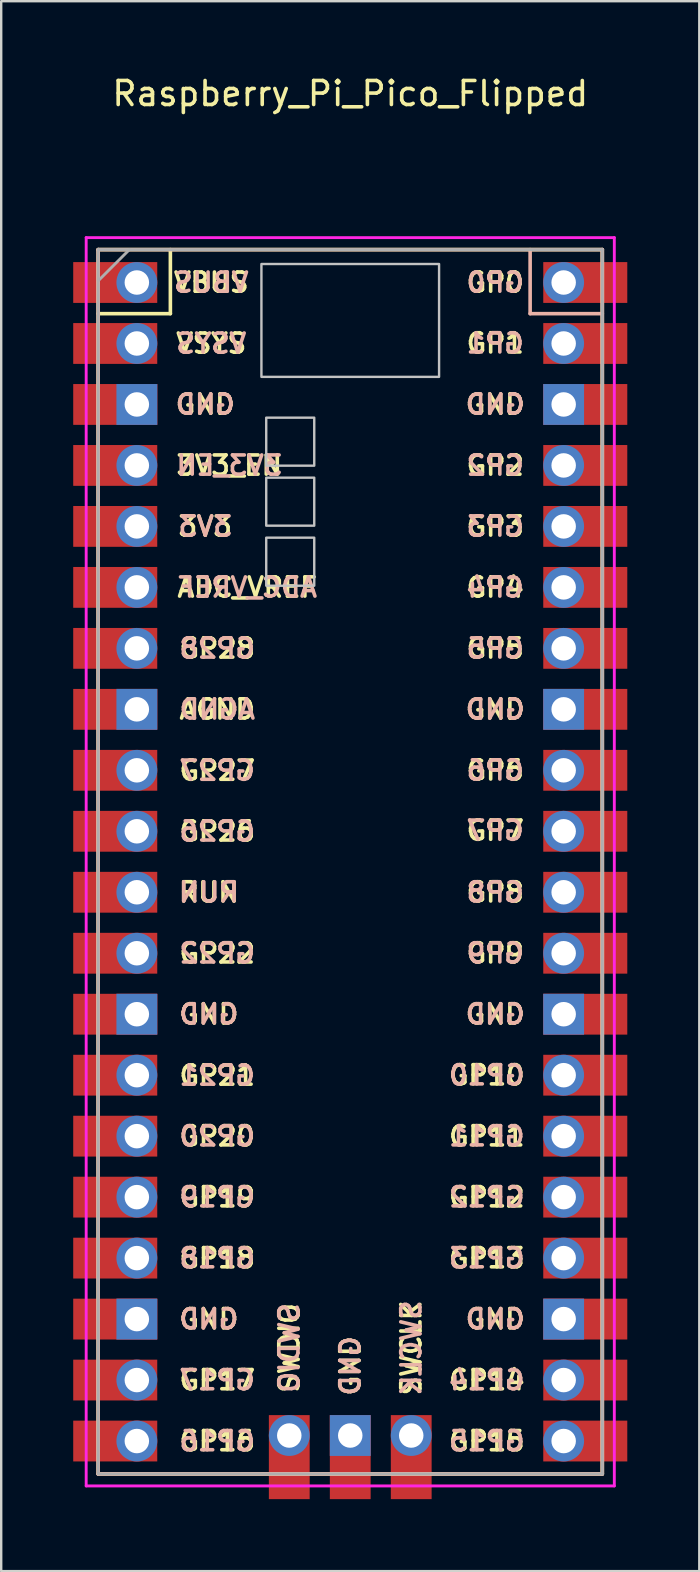
<source format=kicad_pcb>
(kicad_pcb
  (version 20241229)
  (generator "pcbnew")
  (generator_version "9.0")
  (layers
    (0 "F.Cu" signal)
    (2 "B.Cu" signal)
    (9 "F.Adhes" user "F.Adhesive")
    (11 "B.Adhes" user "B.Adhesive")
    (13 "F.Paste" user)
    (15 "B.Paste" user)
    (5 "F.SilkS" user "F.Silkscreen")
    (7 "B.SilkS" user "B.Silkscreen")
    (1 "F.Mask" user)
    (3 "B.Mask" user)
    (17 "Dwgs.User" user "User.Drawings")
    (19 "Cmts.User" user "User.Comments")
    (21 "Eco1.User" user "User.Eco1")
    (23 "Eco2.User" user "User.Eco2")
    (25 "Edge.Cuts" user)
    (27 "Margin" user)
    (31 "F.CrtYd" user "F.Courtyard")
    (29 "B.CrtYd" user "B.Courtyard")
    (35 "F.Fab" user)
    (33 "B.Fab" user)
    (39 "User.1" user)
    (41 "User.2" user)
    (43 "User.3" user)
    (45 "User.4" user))
  (footprint "Raspberry_Pi_Pico_Flipped"
    (layer "F.Cu")
    (at 11.54 32.848)
    (property "Reference" "Raspberry_Pi_Pico_Flipped" (at 0 -32 0) (layer "F.SilkS") (effects (font (size 1 1) (thickness 0.15))))
    (attr through_hole)
    (fp_line (start -10.5 -25.5) (end -10.5 25.5) (stroke (width 0.15) (type solid)) (layer "F.SilkS"))
    (fp_line (start -10.5 -25.5) (end 10.5 -25.5) (stroke (width 0.15) (type solid)) (layer "F.SilkS"))
    (fp_line (start -10.5 -22.833) (end -7.493 -22.833) (stroke (width 0.15) (type solid)) (layer "F.SilkS"))
    (fp_line (start -7.493 -22.833) (end -7.493 -25.5) (stroke (width 0.15) (type solid)) (layer "F.SilkS"))
    (fp_line (start 10.5 -25.5) (end 10.5 25.5) (stroke (width 0.15) (type solid)) (layer "F.SilkS"))
    (fp_line (start 10.5 25.5) (end -10.5 25.5) (stroke (width 0.15) (type solid)) (layer "F.SilkS"))
    (fp_line (start -10.5 -25.5) (end -10.5 25.5) (stroke (width 0.15) (type solid)) (layer "B.SilkS"))
    (fp_line (start -10.5 25.5) (end 10.5 25.5) (stroke (width 0.15) (type solid)) (layer "B.SilkS"))
    (fp_line (start 7.493 -22.833) (end 7.493 -25.5) (stroke (width 0.15) (type solid)) (layer "B.SilkS"))
    (fp_line (start 10.5 -25.5) (end -10.5 -25.5) (stroke (width 0.15) (type solid)) (layer "B.SilkS"))
    (fp_line (start 10.5 -25.5) (end 10.5 25.5) (stroke (width 0.15) (type solid)) (layer "B.SilkS"))
    (fp_line (start 10.5 -22.833) (end 7.493 -22.833) (stroke (width 0.15) (type solid)) (layer "B.SilkS"))
    (fp_poly (pts (xy -1.5 -16.5) (xy -3.5 -16.5) (xy -3.5 -18.5) (xy -1.5 -18.5)) (stroke (width 0.1) (type solid)) (fill no) (layer "Dwgs.User"))
    (fp_poly (pts (xy -1.5 -14) (xy -3.5 -14) (xy -3.5 -16) (xy -1.5 -16)) (stroke (width 0.1) (type solid)) (fill no) (layer "Dwgs.User"))
    (fp_poly (pts (xy -1.5 -11.5) (xy -3.5 -11.5) (xy -3.5 -13.5) (xy -1.5 -13.5)) (stroke (width 0.1) (type solid)) (fill no) (layer "Dwgs.User"))
    (fp_poly (pts (xy 3.7 -20.2) (xy -3.7 -20.2) (xy -3.7 -24.9) (xy 3.7 -24.9)) (stroke (width 0.1) (type solid)) (fill no) (layer "Dwgs.User"))
    (fp_line (start -11 -26) (end 11 -26) (stroke (width 0.12) (type solid)) (layer "F.CrtYd"))
    (fp_line (start -11 26) (end -11 -26) (stroke (width 0.12) (type solid)) (layer "F.CrtYd"))
    (fp_line (start 11 -26) (end 11 26) (stroke (width 0.12) (type solid)) (layer "F.CrtYd"))
    (fp_line (start 11 26) (end -11 26) (stroke (width 0.12) (type solid)) (layer "F.CrtYd"))
    (fp_line (start -10.5 -25.5) (end 10.5 -25.5) (stroke (width 0.12) (type solid)) (layer "F.Fab"))
    (fp_line (start -10.5 -24.2) (end -9.2 -25.5) (stroke (width 0.12) (type solid)) (layer "F.Fab"))
    (fp_line (start -10.5 25.5) (end -10.5 -25.5) (stroke (width 0.12) (type solid)) (layer "F.Fab"))
    (fp_line (start 10.5 -25.5) (end 10.5 25.5) (stroke (width 0.12) (type solid)) (layer "F.Fab"))
    (fp_line (start 10.5 25.5) (end -10.5 25.5) (stroke (width 0.12) (type solid)) (layer "F.Fab"))
    (fp_text user "GP27" (at -5.54 -3.8 0) (layer "F.SilkS") (effects (font (size 0.8 0.8) (thickness 0.15))))
    (fp_text user "AGND" (at -5.54 -6.35 0) (layer "F.SilkS") (effects (font (size 0.8 0.8) (thickness 0.15))))
    (fp_text user "GP5" (at 6.04 -8.89 0) (layer "F.SilkS") (effects (font (size 0.8 0.8) (thickness 0.15))))
    (fp_text user "GP1" (at 6.04 -21.6 0) (layer "F.SilkS") (effects (font (size 0.8 0.8) (thickness 0.15))))
    (fp_text user "GND" (at 6.04 -19.05 0) (layer "F.SilkS") (effects (font (size 0.8 0.8) (thickness 0.15))))
    (fp_text user "GP19" (at -5.54 13.97 0) (layer "F.SilkS") (effects (font (size 0.8 0.8) (thickness 0.15))))
    (fp_text user "GP2" (at 6.04 -16.51 0) (layer "F.SilkS") (effects (font (size 0.8 0.8) (thickness 0.15))))
    (fp_text user "SWDIO" (at -2.54 20.25 90) (layer "F.SilkS") (effects (font (size 0.8 0.8) (thickness 0.15))))
    (fp_text user "GP26" (at -5.54 -1.27 0) (layer "F.SilkS") (effects (font (size 0.8 0.8) (thickness 0.15))))
    (fp_text user "GP4" (at 6.04 -11.43 0) (layer "F.SilkS") (effects (font (size 0.8 0.8) (thickness 0.15))))
    (fp_text user "GP7" (at 6.04 -1.3 0) (layer "F.SilkS") (effects (font (size 0.8 0.8) (thickness 0.15))))
    (fp_text user "GP28" (at -5.54 -8.89 0) (layer "F.SilkS") (effects (font (size 0.8 0.8) (thickness 0.15))))
    (fp_text user "GP16" (at -5.54 24.13 0) (layer "F.SilkS") (effects (font (size 0.8 0.8) (thickness 0.15))))
    (fp_text user "GP12" (at 5.69 13.97 0) (layer "F.SilkS") (effects (font (size 0.8 0.8) (thickness 0.15))))
    (fp_text user "ADC_VREF" (at -4.29 -11.43 0) (layer "F.SilkS") (effects (font (size 0.8 0.8) (thickness 0.15))))
    (fp_text user "SWCLK" (at 2.54 20.25 90) (layer "F.SilkS") (effects (font (size 0.8 0.8) (thickness 0.15))))
    (fp_text user "GND" (at 0 21 90) (layer "F.SilkS") (effects (font (size 0.8 0.8) (thickness 0.15))))
    (fp_text user "GND" (at 6.04 -6.35 0) (layer "F.SilkS") (effects (font (size 0.8 0.8) (thickness 0.15))))
    (fp_text user "3V3_EN" (at -5.04 -16.51 0) (layer "F.SilkS") (effects (font (size 0.8 0.8) (thickness 0.15))))
    (fp_text user "3V3" (at -6.04 -13.97 0) (layer "F.SilkS") (effects (font (size 0.8 0.8) (thickness 0.15))))
    (fp_text user "GND" (at -6.04 -19.05 0) (layer "F.SilkS") (effects (font (size 0.8 0.8) (thickness 0.15))))
    (fp_text user "GP18" (at -5.54 16.51 0) (layer "F.SilkS") (effects (font (size 0.8 0.8) (thickness 0.15))))
    (fp_text user "GP0" (at 6.04 -24.13 0) (layer "F.SilkS") (effects (font (size 0.8 0.8) (thickness 0.15))))
    (fp_text user "GP6" (at 6.04 -3.81 0) (layer "F.SilkS") (effects (font (size 0.8 0.8) (thickness 0.15))))
    (fp_text user "GP10" (at 5.69 8.89 0) (layer "F.SilkS") (effects (font (size 0.8 0.8) (thickness 0.15))))
    (fp_text user "GND" (at 6.04 19.05 0) (layer "F.SilkS") (effects (font (size 0.8 0.8) (thickness 0.15))))
    (fp_text user "VSYS" (at -5.79 -21.59 0) (layer "F.SilkS") (effects (font (size 0.8 0.8) (thickness 0.15))))
    (fp_text user "GP11" (at 5.69 11.43 0) (layer "F.SilkS") (effects (font (size 0.8 0.8) (thickness 0.15))))
    (fp_text user "GP3" (at 6.04 -13.97 0) (layer "F.SilkS") (effects (font (size 0.8 0.8) (thickness 0.15))))
    (fp_text user "GND" (at 6.04 6.35 0) (layer "F.SilkS") (effects (font (size 0.8 0.8) (thickness 0.15))))
    (fp_text user "GP9" (at 6.04 3.81 0) (layer "F.SilkS") (effects (font (size 0.8 0.8) (thickness 0.15))))
    (fp_text user "GND" (at -5.89 6.35 0) (layer "F.SilkS") (effects (font (size 0.8 0.8) (thickness 0.15))))
    (fp_text user "GP22" (at -5.54 3.81 0) (layer "F.SilkS") (effects (font (size 0.8 0.8) (thickness 0.15))))
    (fp_text user "GND" (at -5.89 19.05 0) (layer "F.SilkS") (effects (font (size 0.8 0.8) (thickness 0.15))))
    (fp_text user "GP14" (at 5.69 21.59 0) (layer "F.SilkS") (effects (font (size 0.8 0.8) (thickness 0.15))))
    (fp_text user "GP15" (at 5.69 24.13 0) (layer "F.SilkS") (effects (font (size 0.8 0.8) (thickness 0.15))))
    (fp_text user "GP17" (at -5.54 21.59 0) (layer "F.SilkS") (effects (font (size 0.8 0.8) (thickness 0.15))))
    (fp_text user "GP8" (at 6.04 1.27 0) (layer "F.SilkS") (effects (font (size 0.8 0.8) (thickness 0.15))))
    (fp_text user "RUN" (at -5.89 1.27 0) (layer "F.SilkS") (effects (font (size 0.8 0.8) (thickness 0.15))))
    (fp_text user "GP21" (at -5.54 8.9 0) (layer "F.SilkS") (effects (font (size 0.8 0.8) (thickness 0.15))))
    (fp_text user "GP13" (at 5.69 16.51 0) (layer "F.SilkS") (effects (font (size 0.8 0.8) (thickness 0.15))))
    (fp_text user "VBUS" (at -5.79 -24.13 0) (layer "F.SilkS") (effects (font (size 0.8 0.8) (thickness 0.15))))
    (fp_text user "GP20" (at -5.54 11.43 0) (layer "F.SilkS") (effects (font (size 0.8 0.8) (thickness 0.15))))
    (fp_text user "GP16" (at -5.54 24.13 0) (layer "B.SilkS") (effects (font (size 0.8 0.8) (thickness 0.15)) (justify mirror)))
    (fp_text user "ADC_VREF" (at -4.29 -11.43 0) (layer "B.SilkS") (effects (font (size 0.8 0.8) (thickness 0.15)) (justify mirror)))
    (fp_text user "GP26" (at -5.54 -1.27 0) (layer "B.SilkS") (effects (font (size 0.8 0.8) (thickness 0.15)) (justify mirror)))
    (fp_text user "GP5" (at 6.04 -8.89 0) (layer "B.SilkS") (effects (font (size 0.8 0.8) (thickness 0.15)) (justify mirror)))
    (fp_text user "GP17" (at -5.54 21.59 0) (layer "B.SilkS") (effects (font (size 0.8 0.8) (thickness 0.15)) (justify mirror)))
    (fp_text user "GND" (at 6.04 -19.05 0) (layer "B.SilkS") (effects (font (size 0.8 0.8) (thickness 0.15)) (justify mirror)))
    (fp_text user "GP27" (at -5.54 -3.8 0) (layer "B.SilkS") (effects (font (size 0.8 0.8) (thickness 0.15)) (justify mirror)))
    (fp_text user "GND" (at 6.04 -6.35 0) (layer "B.SilkS") (effects (font (size 0.8 0.8) (thickness 0.15)) (justify mirror)))
    (fp_text user "GP18" (at -5.54 16.51 0) (layer "B.SilkS") (effects (font (size 0.8 0.8) (thickness 0.15)) (justify mirror)))
    (fp_text user "3V3" (at -6.04 -13.97 0) (layer "B.SilkS") (effects (font (size 0.8 0.8) (thickness 0.15)) (justify mirror)))
    (fp_text user "GND" (at -5.89 6.35 0) (layer "B.SilkS") (effects (font (size 0.8 0.8) (thickness 0.15)) (justify mirror)))
    (fp_text user "VSYS" (at -5.79 -21.59 0) (layer "B.SilkS") (effects (font (size 0.8 0.8) (thickness 0.15)) (justify mirror)))
    (fp_text user "GP3" (at 6.04 -13.97 0) (layer "B.SilkS") (effects (font (size 0.8 0.8) (thickness 0.15)) (justify mirror)))
    (fp_text user "GND" (at -5.89 19.05 0) (layer "B.SilkS") (effects (font (size 0.8 0.8) (thickness 0.15)) (justify mirror)))
    (fp_text user "GP9" (at 6.04 3.81 0) (layer "B.SilkS") (effects (font (size 0.8 0.8) (thickness 0.15)) (justify mirror)))
    (fp_text user "GP6" (at 6.04 -3.81 0) (layer "B.SilkS") (effects (font (size 0.8 0.8) (thickness 0.15)) (justify mirror)))
    (fp_text user "GND" (at 6.04 19.05 0) (layer "B.SilkS") (effects (font (size 0.8 0.8) (thickness 0.15)) (justify mirror)))
    (fp_text user "GP19" (at -5.54 13.97 0) (layer "B.SilkS") (effects (font (size 0.8 0.8) (thickness 0.15)) (justify mirror)))
    (fp_text user "GND" (at 0 21 270) (layer "B.SilkS") (effects (font (size 0.8 0.8) (thickness 0.15)) (justify mirror)))
    (fp_text user "GP11" (at 5.69 11.43 0) (layer "B.SilkS") (effects (font (size 0.8 0.8) (thickness 0.15)) (justify mirror)))
    (fp_text user "GP10" (at 5.69 8.89 0) (layer "B.SilkS") (effects (font (size 0.8 0.8) (thickness 0.15)) (justify mirror)))
    (fp_text user "GP2" (at 6.04 -16.51 0) (layer "B.SilkS") (effects (font (size 0.8 0.8) (thickness 0.15)) (justify mirror)))
    (fp_text user "GND" (at 6.04 6.35 0) (layer "B.SilkS") (effects (font (size 0.8 0.8) (thickness 0.15)) (justify mirror)))
    (fp_text user "GP1" (at 6.04 -21.6 0) (layer "B.SilkS") (effects (font (size 0.8 0.8) (thickness 0.15)) (justify mirror)))
    (fp_text user "RUN" (at -5.89 1.27 0) (layer "B.SilkS") (effects (font (size 0.8 0.8) (thickness 0.15)) (justify mirror)))
    (fp_text user "SWDIO" (at -2.54 20.25 270) (layer "B.SilkS") (effects (font (size 0.8 0.8) (thickness 0.15)) (justify mirror)))
    (fp_text user "GND" (at -6.04 -19.05 0) (layer "B.SilkS") (effects (font (size 0.8 0.8) (thickness 0.15)) (justify mirror)))
    (fp_text user "GP28" (at -5.54 -8.89 0) (layer "B.SilkS") (effects (font (size 0.8 0.8) (thickness 0.15)) (justify mirror)))
    (fp_text user "GP0" (at 6.04 -24.13 0) (layer "B.SilkS") (effects (font (size 0.8 0.8) (thickness 0.15)) (justify mirror)))
    (fp_text user "GP13" (at 5.69 16.51 0) (layer "B.SilkS") (effects (font (size 0.8 0.8) (thickness 0.15)) (justify mirror)))
    (fp_text user "GP22" (at -5.54 3.81 0) (layer "B.SilkS") (effects (font (size 0.8 0.8) (thickness 0.15)) (justify mirror)))
    (fp_text user "GP8" (at 6.04 1.27 0) (layer "B.SilkS") (effects (font (size 0.8 0.8) (thickness 0.15)) (justify mirror)))
    (fp_text user "GP4" (at 6.04 -11.43 0) (layer "B.SilkS") (effects (font (size 0.8 0.8) (thickness 0.15)) (justify mirror)))
    (fp_text user "GP7" (at 6.04 -1.3 0) (layer "B.SilkS") (effects (font (size 0.8 0.8) (thickness 0.15)) (justify mirror)))
    (fp_text user "GP15" (at 5.69 24.13 0) (layer "B.SilkS") (effects (font (size 0.8 0.8) (thickness 0.15)) (justify mirror)))
    (fp_text user "SWCLK" (at 2.54 20.25 270) (layer "B.SilkS") (effects (font (size 0.8 0.8) (thickness 0.15)) (justify mirror)))
    (fp_text user "GP20" (at -5.54 11.43 0) (layer "B.SilkS") (effects (font (size 0.8 0.8) (thickness 0.15)) (justify mirror)))
    (fp_text user "GP21" (at -5.54 8.9 0) (layer "B.SilkS") (effects (font (size 0.8 0.8) (thickness 0.15)) (justify mirror)))
    (fp_text user "GP14" (at 5.69 21.59 0) (layer "B.SilkS") (effects (font (size 0.8 0.8) (thickness 0.15)) (justify mirror)))
    (fp_text user "GP12" (at 5.69 13.97 0) (layer "B.SilkS") (effects (font (size 0.8 0.8) (thickness 0.15)) (justify mirror)))
    (fp_text user "3V3_EN" (at -5.04 -16.51 0) (layer "B.SilkS") (effects (font (size 0.8 0.8) (thickness 0.15)) (justify mirror)))
    (fp_text user "VBUS" (at -5.79 -24.13 0) (layer "B.SilkS") (effects (font (size 0.8 0.8) (thickness 0.15)) (justify mirror)))
    (fp_text user "AGND" (at -5.54 -6.35 0) (layer "B.SilkS") (effects (font (size 0.8 0.8) (thickness 0.15)) (justify mirror)))
    (pad "1" smd rect (at -8.89 -24.13) (size 3.5 1.7) (drill (offset -0.9 0)) (layers "F.Cu" "F.Mask"))
    (pad "1" thru_hole oval (at 8.89 -24.13) (size 1.7 1.7) (drill 1.02) (layers "*.Cu" "*.Mask"))
    (pad "2" smd rect (at -8.89 -21.59) (size 3.5 1.7) (drill (offset -0.9 0)) (layers "F.Cu" "F.Mask"))
    (pad "2" thru_hole oval (at 8.89 -21.59) (size 1.7 1.7) (drill 1.02) (layers "*.Cu" "*.Mask"))
    (pad "3" smd rect (at -8.89 -19.05) (size 3.5 1.7) (drill (offset -0.9 0)) (layers "F.Cu" "F.Mask"))
    (pad "3" thru_hole rect (at 8.89 -19.05) (size 1.7 1.7) (drill 1.02) (layers "*.Cu" "*.Mask"))
    (pad "4" smd rect (at -8.89 -16.51) (size 3.5 1.7) (drill (offset -0.9 0)) (layers "F.Cu" "F.Mask"))
    (pad "4" thru_hole oval (at 8.89 -16.51) (size 1.7 1.7) (drill 1.02) (layers "*.Cu" "*.Mask"))
    (pad "5" smd rect (at -8.89 -13.97) (size 3.5 1.7) (drill (offset -0.9 0)) (layers "F.Cu" "F.Mask"))
    (pad "5" thru_hole oval (at 8.89 -13.97) (size 1.7 1.7) (drill 1.02) (layers "*.Cu" "*.Mask"))
    (pad "6" smd rect (at -8.89 -11.43) (size 3.5 1.7) (drill (offset -0.9 0)) (layers "F.Cu" "F.Mask"))
    (pad "6" thru_hole oval (at 8.89 -11.43) (size 1.7 1.7) (drill 1.02) (layers "*.Cu" "*.Mask"))
    (pad "7" smd rect (at -8.89 -8.89) (size 3.5 1.7) (drill (offset -0.9 0)) (layers "F.Cu" "F.Mask"))
    (pad "7" thru_hole oval (at 8.89 -8.89) (size 1.7 1.7) (drill 1.02) (layers "*.Cu" "*.Mask"))
    (pad "8" smd rect (at -8.89 -6.35) (size 3.5 1.7) (drill (offset -0.9 0)) (layers "F.Cu" "F.Mask"))
    (pad "8" thru_hole rect (at 8.89 -6.35) (size 1.7 1.7) (drill 1.02) (layers "*.Cu" "*.Mask"))
    (pad "9" smd rect (at -8.89 -3.81) (size 3.5 1.7) (drill (offset -0.9 0)) (layers "F.Cu" "F.Mask"))
    (pad "9" thru_hole oval (at 8.89 -3.81) (size 1.7 1.7) (drill 1.02) (layers "*.Cu" "*.Mask"))
    (pad "10" smd rect (at -8.89 -1.27) (size 3.5 1.7) (drill (offset -0.9 0)) (layers "F.Cu" "F.Mask"))
    (pad "10" thru_hole oval (at 8.89 -1.27) (size 1.7 1.7) (drill 1.02) (layers "*.Cu" "*.Mask"))
    (pad "11" smd rect (at -8.89 1.27) (size 3.5 1.7) (drill (offset -0.9 0)) (layers "F.Cu" "F.Mask"))
    (pad "11" thru_hole oval (at 8.89 1.27) (size 1.7 1.7) (drill 1.02) (layers "*.Cu" "*.Mask"))
    (pad "12" smd rect (at -8.89 3.81) (size 3.5 1.7) (drill (offset -0.9 0)) (layers "F.Cu" "F.Mask"))
    (pad "12" thru_hole oval (at 8.89 3.81) (size 1.7 1.7) (drill 1.02) (layers "*.Cu" "*.Mask"))
    (pad "13" smd rect (at -8.89 6.35) (size 3.5 1.7) (drill (offset -0.9 0)) (layers "F.Cu" "F.Mask"))
    (pad "13" thru_hole rect (at 8.89 6.35) (size 1.7 1.7) (drill 1.02) (layers "*.Cu" "*.Mask"))
    (pad "14" smd rect (at -8.89 8.89) (size 3.5 1.7) (drill (offset -0.9 0)) (layers "F.Cu" "F.Mask"))
    (pad "14" thru_hole oval (at 8.89 8.89) (size 1.7 1.7) (drill 1.02) (layers "*.Cu" "*.Mask"))
    (pad "15" smd rect (at -8.89 11.43) (size 3.5 1.7) (drill (offset -0.9 0)) (layers "F.Cu" "F.Mask"))
    (pad "15" thru_hole oval (at 8.89 11.43) (size 1.7 1.7) (drill 1.02) (layers "*.Cu" "*.Mask"))
    (pad "16" smd rect (at -8.89 13.97) (size 3.5 1.7) (drill (offset -0.9 0)) (layers "F.Cu" "F.Mask"))
    (pad "16" thru_hole oval (at 8.89 13.97) (size 1.7 1.7) (drill 1.02) (layers "*.Cu" "*.Mask"))
    (pad "17" smd rect (at -8.89 16.51) (size 3.5 1.7) (drill (offset -0.9 0)) (layers "F.Cu" "F.Mask"))
    (pad "17" thru_hole oval (at 8.89 16.51) (size 1.7 1.7) (drill 1.02) (layers "*.Cu" "*.Mask"))
    (pad "18" smd rect (at -8.89 19.05) (size 3.5 1.7) (drill (offset -0.9 0)) (layers "F.Cu" "F.Mask"))
    (pad "18" thru_hole rect (at 8.89 19.05) (size 1.7 1.7) (drill 1.02) (layers "*.Cu" "*.Mask"))
    (pad "19" smd rect (at -8.89 21.59) (size 3.5 1.7) (drill (offset -0.9 0)) (layers "F.Cu" "F.Mask"))
    (pad "19" thru_hole oval (at 8.89 21.59) (size 1.7 1.7) (drill 1.02) (layers "*.Cu" "*.Mask"))
    (pad "20" smd rect (at -8.89 24.13) (size 3.5 1.7) (drill (offset -0.9 0)) (layers "F.Cu" "F.Mask"))
    (pad "20" thru_hole oval (at 8.89 24.13) (size 1.7 1.7) (drill 1.02) (layers "*.Cu" "*.Mask"))
    (pad "21" thru_hole oval (at -8.89 24.13) (size 1.7 1.7) (drill 1.02) (layers "*.Cu" "*.Mask"))
    (pad "21" smd rect (at 8.89 24.13) (size 3.5 1.7) (drill (offset 0.9 0)) (layers "F.Cu" "F.Mask"))
    (pad "22" thru_hole oval (at -8.89 21.59) (size 1.7 1.7) (drill 1.02) (layers "*.Cu" "*.Mask"))
    (pad "22" smd rect (at 8.89 21.59) (size 3.5 1.7) (drill (offset 0.9 0)) (layers "F.Cu" "F.Mask"))
    (pad "23" thru_hole rect (at -8.89 19.05) (size 1.7 1.7) (drill 1.02) (layers "*.Cu" "*.Mask"))
    (pad "23" smd rect (at 8.89 19.05) (size 3.5 1.7) (drill (offset 0.9 0)) (layers "F.Cu" "F.Mask"))
    (pad "24" thru_hole oval (at -8.89 16.51) (size 1.7 1.7) (drill 1.02) (layers "*.Cu" "*.Mask"))
    (pad "24" smd rect (at 8.89 16.51) (size 3.5 1.7) (drill (offset 0.9 0)) (layers "F.Cu" "F.Mask"))
    (pad "25" thru_hole oval (at -8.89 13.97) (size 1.7 1.7) (drill 1.02) (layers "*.Cu" "*.Mask"))
    (pad "25" smd rect (at 8.89 13.97) (size 3.5 1.7) (drill (offset 0.9 0)) (layers "F.Cu" "F.Mask"))
    (pad "26" thru_hole oval (at -8.89 11.43) (size 1.7 1.7) (drill 1.02) (layers "*.Cu" "*.Mask"))
    (pad "26" smd rect (at 8.89 11.43) (size 3.5 1.7) (drill (offset 0.9 0)) (layers "F.Cu" "F.Mask"))
    (pad "27" thru_hole oval (at -8.89 8.89) (size 1.7 1.7) (drill 1.02) (layers "*.Cu" "*.Mask"))
    (pad "27" smd rect (at 8.89 8.89) (size 3.5 1.7) (drill (offset 0.9 0)) (layers "F.Cu" "F.Mask"))
    (pad "28" thru_hole rect (at -8.89 6.35) (size 1.7 1.7) (drill 1.02) (layers "*.Cu" "*.Mask"))
    (pad "28" smd rect (at 8.89 6.35) (size 3.5 1.7) (drill (offset 0.9 0)) (layers "F.Cu" "F.Mask"))
    (pad "29" thru_hole oval (at -8.89 3.81) (size 1.7 1.7) (drill 1.02) (layers "*.Cu" "*.Mask"))
    (pad "29" smd rect (at 8.89 3.81) (size 3.5 1.7) (drill (offset 0.9 0)) (layers "F.Cu" "F.Mask"))
    (pad "30" thru_hole oval (at -8.89 1.27) (size 1.7 1.7) (drill 1.02) (layers "*.Cu" "*.Mask"))
    (pad "30" smd rect (at 8.89 1.27) (size 3.5 1.7) (drill (offset 0.9 0)) (layers "F.Cu" "F.Mask"))
    (pad "31" thru_hole oval (at -8.89 -1.27) (size 1.7 1.7) (drill 1.02) (layers "*.Cu" "*.Mask"))
    (pad "31" smd rect (at 8.89 -1.27) (size 3.5 1.7) (drill (offset 0.9 0)) (layers "F.Cu" "F.Mask"))
    (pad "32" thru_hole oval (at -8.89 -3.81) (size 1.7 1.7) (drill 1.02) (layers "*.Cu" "*.Mask"))
    (pad "32" smd rect (at 8.89 -3.81) (size 3.5 1.7) (drill (offset 0.9 0)) (layers "F.Cu" "F.Mask"))
    (pad "33" thru_hole rect (at -8.89 -6.35) (size 1.7 1.7) (drill 1.02) (layers "*.Cu" "*.Mask"))
    (pad "33" smd rect (at 8.89 -6.35) (size 3.5 1.7) (drill (offset 0.9 0)) (layers "F.Cu" "F.Mask"))
    (pad "34" thru_hole oval (at -8.89 -8.89) (size 1.7 1.7) (drill 1.02) (layers "*.Cu" "*.Mask"))
    (pad "34" smd rect (at 8.89 -8.89) (size 3.5 1.7) (drill (offset 0.9 0)) (layers "F.Cu" "F.Mask"))
    (pad "35" thru_hole oval (at -8.89 -11.43) (size 1.7 1.7) (drill 1.02) (layers "*.Cu" "*.Mask"))
    (pad "35" smd rect (at 8.89 -11.43) (size 3.5 1.7) (drill (offset 0.9 0)) (layers "F.Cu" "F.Mask"))
    (pad "36" thru_hole oval (at -8.89 -13.97) (size 1.7 1.7) (drill 1.02) (layers "*.Cu" "*.Mask"))
    (pad "36" smd rect (at 8.89 -13.97) (size 3.5 1.7) (drill (offset 0.9 0)) (layers "F.Cu" "F.Mask"))
    (pad "37" thru_hole oval (at -8.89 -16.51) (size 1.7 1.7) (drill 1.02) (layers "*.Cu" "*.Mask"))
    (pad "37" smd rect (at 8.89 -16.51) (size 3.5 1.7) (drill (offset 0.9 0)) (layers "F.Cu" "F.Mask"))
    (pad "38" thru_hole rect (at -8.89 -19.05) (size 1.7 1.7) (drill 1.02) (layers "*.Cu" "*.Mask"))
    (pad "38" smd rect (at 8.89 -19.05) (size 3.5 1.7) (drill (offset 0.9 0)) (layers "F.Cu" "F.Mask"))
    (pad "39" thru_hole oval (at -8.89 -21.59) (size 1.7 1.7) (drill 1.02) (layers "*.Cu" "*.Mask"))
    (pad "39" smd rect (at 8.89 -21.59) (size 3.5 1.7) (drill (offset 0.9 0)) (layers "F.Cu" "F.Mask"))
    (pad "40" thru_hole oval (at -8.89 -24.13) (size 1.7 1.7) (drill 1.02) (layers "*.Cu" "*.Mask"))
    (pad "40" smd rect (at 8.89 -24.13) (size 3.5 1.7) (drill (offset 0.9 0)) (layers "F.Cu" "F.Mask"))
    (pad "41" smd rect (at -2.54 23.9 90) (size 3.5 1.7) (drill (offset -0.9 0)) (layers "F.Cu" "F.Mask"))
    (pad "41" thru_hole oval (at 2.54 23.9) (size 1.7 1.7) (drill 1.02) (layers "*.Cu" "*.Mask"))
    (pad "42" thru_hole rect (at 0 23.9) (size 1.7 1.7) (drill 1.02) (layers "*.Cu" "*.Mask"))
    (pad "42" smd rect (at 0 23.9 90) (size 3.5 1.7) (drill (offset -0.9 0)) (layers "F.Cu" "F.Mask"))
    (pad "43" thru_hole oval (at -2.54 23.9) (size 1.7 1.7) (drill 1.02) (layers "*.Cu" "*.Mask"))
    (pad "43" smd rect (at 2.54 23.9 90) (size 3.5 1.7) (drill (offset -0.9 0)) (layers "F.Cu" "F.Mask")))
  (gr_rect
    (start -3 -3)
    (end 26.08 62.398)
    (stroke (width 0.1) (type default))
    (fill no)
    (layer "Edge.Cuts")))
</source>
